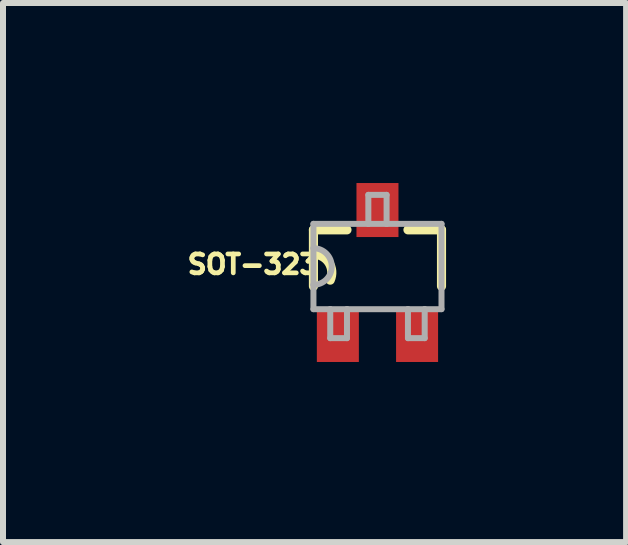
<source format=kicad_pcb>
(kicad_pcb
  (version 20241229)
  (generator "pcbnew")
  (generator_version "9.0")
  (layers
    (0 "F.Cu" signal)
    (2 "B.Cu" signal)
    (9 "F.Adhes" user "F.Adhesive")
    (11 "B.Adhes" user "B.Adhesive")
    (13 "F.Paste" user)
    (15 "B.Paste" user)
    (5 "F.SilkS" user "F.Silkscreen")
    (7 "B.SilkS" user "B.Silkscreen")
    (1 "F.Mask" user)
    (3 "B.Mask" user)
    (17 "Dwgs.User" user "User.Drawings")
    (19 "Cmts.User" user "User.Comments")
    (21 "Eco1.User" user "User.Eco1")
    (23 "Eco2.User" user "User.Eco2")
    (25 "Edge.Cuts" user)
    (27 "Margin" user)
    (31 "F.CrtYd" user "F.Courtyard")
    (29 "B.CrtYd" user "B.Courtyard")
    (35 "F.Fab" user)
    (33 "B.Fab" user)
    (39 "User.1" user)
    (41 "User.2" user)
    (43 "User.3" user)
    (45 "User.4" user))
  (footprint "SOT-323"
    (layer "F.Cu")
    (at 3.24 1.491)
    (property "Reference" "SOT-323" (at -2.073 -0.136 180) (layer "F.SilkS") (effects (font (size 0.315 0.315) (thickness 0.15))))
    (attr through_hole)
    (fp_line (start -1.067 -0.711) (end -1.067 -0.305) (stroke (width 0.152) (type solid)) (layer "F.SilkS"))
    (fp_line (start -1.067 -0.305) (end -1.067 0.229) (stroke (width 0.152) (type solid)) (layer "F.SilkS"))
    (fp_line (start -0.508 -0.711) (end -1.067 -0.711) (stroke (width 0.152) (type solid)) (layer "F.SilkS"))
    (fp_line (start 1.067 -0.711) (end 0.508 -0.711) (stroke (width 0.152) (type solid)) (layer "F.SilkS"))
    (fp_line (start 1.067 0.229) (end 1.067 -0.711) (stroke (width 0.152) (type solid)) (layer "F.SilkS"))
    (fp_arc (start -1.0668 -0.3048) (mid -0.809876 -0.164751) (end -0.7874 0.127) (stroke (width 0.1524) (type solid)) (layer "F.SilkS"))
    (fp_line (start -1.067 -0.811) (end -1.067 -0.405) (stroke (width 0.1) (type solid)) (layer "F.Fab"))
    (fp_line (start -1.067 -0.405) (end -1.067 0.205) (stroke (width 0.1) (type solid)) (layer "F.Fab"))
    (fp_line (start -1.067 0.205) (end -1.067 0.611) (stroke (width 0.1) (type solid)) (layer "F.Fab"))
    (fp_line (start -1.067 0.611) (end -0.787 0.611) (stroke (width 0.1) (type solid)) (layer "F.Fab"))
    (fp_line (start -0.787 0.611) (end -0.787 1.094) (stroke (width 0.1) (type solid)) (layer "F.Fab"))
    (fp_line (start -0.787 0.611) (end -0.508 0.611) (stroke (width 0.1) (type solid)) (layer "F.Fab"))
    (fp_line (start -0.787 1.094) (end -0.508 1.094) (stroke (width 0.1) (type solid)) (layer "F.Fab"))
    (fp_line (start -0.508 0.611) (end 0.508 0.611) (stroke (width 0.1) (type solid)) (layer "F.Fab"))
    (fp_line (start -0.508 1.094) (end -0.508 0.611) (stroke (width 0.1) (type solid)) (layer "F.Fab"))
    (fp_line (start -0.152 -1.294) (end -0.152 -0.811) (stroke (width 0.1) (type solid)) (layer "F.Fab"))
    (fp_line (start -0.152 -0.811) (end -1.067 -0.811) (stroke (width 0.1) (type solid)) (layer "F.Fab"))
    (fp_line (start 0.152 -1.294) (end -0.152 -1.294) (stroke (width 0.1) (type solid)) (layer "F.Fab"))
    (fp_line (start 0.152 -0.811) (end -0.152 -0.811) (stroke (width 0.1) (type solid)) (layer "F.Fab"))
    (fp_line (start 0.152 -0.811) (end 0.152 -1.294) (stroke (width 0.1) (type solid)) (layer "F.Fab"))
    (fp_line (start 0.508 0.611) (end 0.508 1.094) (stroke (width 0.1) (type solid)) (layer "F.Fab"))
    (fp_line (start 0.508 0.611) (end 0.787 0.611) (stroke (width 0.1) (type solid)) (layer "F.Fab"))
    (fp_line (start 0.508 1.094) (end 0.787 1.094) (stroke (width 0.1) (type solid)) (layer "F.Fab"))
    (fp_line (start 0.787 0.611) (end 1.067 0.611) (stroke (width 0.1) (type solid)) (layer "F.Fab"))
    (fp_line (start 0.787 1.094) (end 0.787 0.611) (stroke (width 0.1) (type solid)) (layer "F.Fab"))
    (fp_line (start 1.067 -0.811) (end 0.152 -0.811) (stroke (width 0.1) (type solid)) (layer "F.Fab"))
    (fp_line (start 1.067 0.611) (end 1.067 -0.811) (stroke (width 0.1) (type solid)) (layer "F.Fab"))
    (fp_arc (start -1.0668 -0.4048) (mid -0.762 -0.1) (end -1.0668 0.2048) (stroke (width 0.1) (type solid)) (layer "F.Fab"))
    (pad "1" smd rect (at -0.66 1.041 90) (size 0.9 0.7) (layers "F.Cu" "F.Mask" "F.Paste"))
    (pad "2" smd rect (at 0.66 1.041 90) (size 0.9 0.7) (layers "F.Cu" "F.Mask" "F.Paste"))
    (pad "3" smd rect (at 0 -1.041 90) (size 0.9 0.7) (layers "F.Cu" "F.Mask" "F.Paste")))
  (gr_rect
    (start -3 -3)
    (end 7.383 5.983)
    (stroke (width 0.1) (type default))
    (fill no)
    (layer "Edge.Cuts")))
</source>
